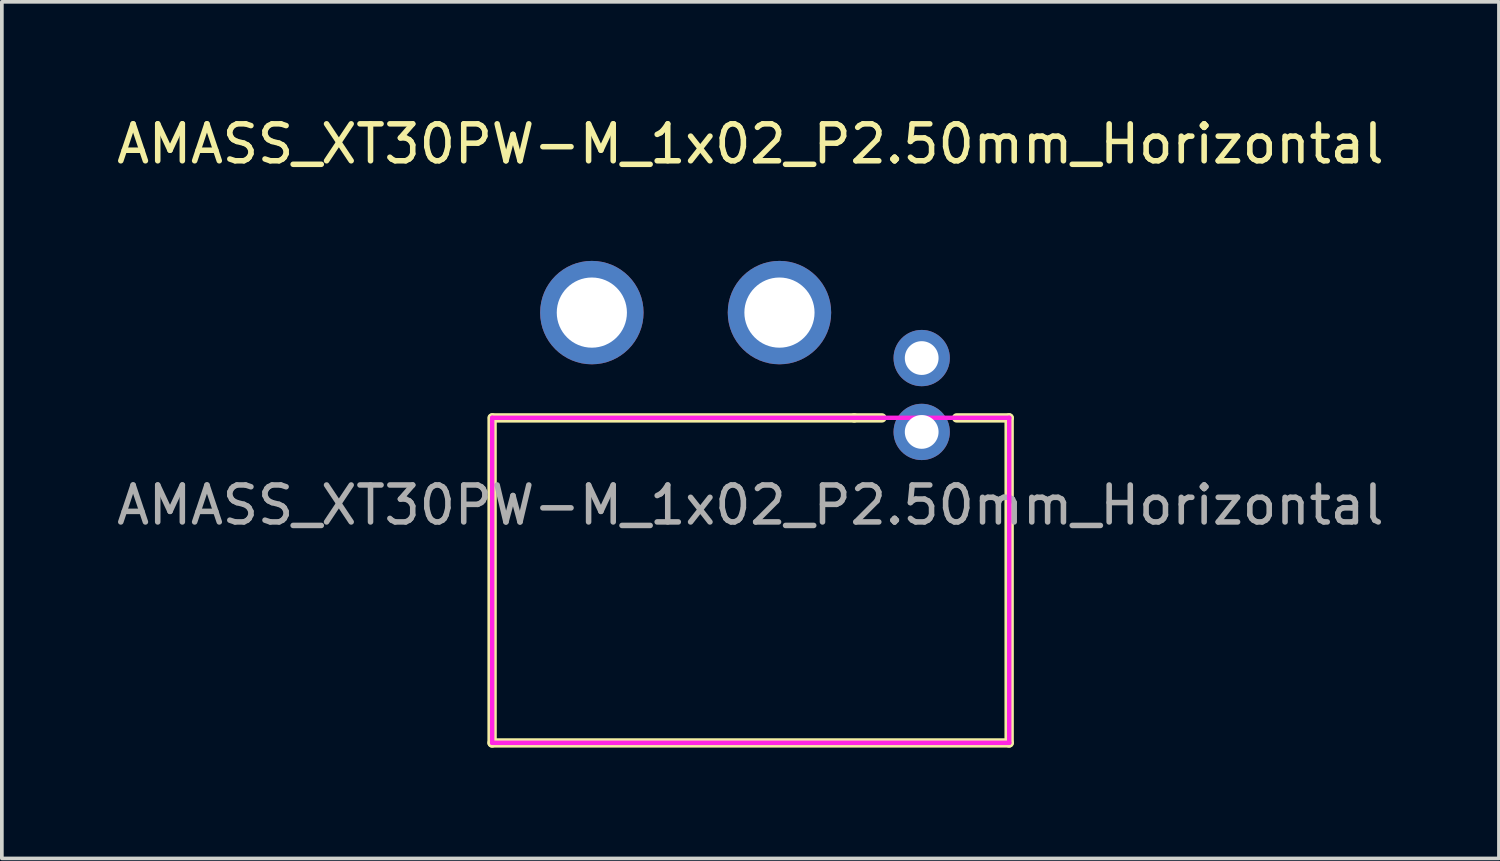
<source format=kicad_pcb>
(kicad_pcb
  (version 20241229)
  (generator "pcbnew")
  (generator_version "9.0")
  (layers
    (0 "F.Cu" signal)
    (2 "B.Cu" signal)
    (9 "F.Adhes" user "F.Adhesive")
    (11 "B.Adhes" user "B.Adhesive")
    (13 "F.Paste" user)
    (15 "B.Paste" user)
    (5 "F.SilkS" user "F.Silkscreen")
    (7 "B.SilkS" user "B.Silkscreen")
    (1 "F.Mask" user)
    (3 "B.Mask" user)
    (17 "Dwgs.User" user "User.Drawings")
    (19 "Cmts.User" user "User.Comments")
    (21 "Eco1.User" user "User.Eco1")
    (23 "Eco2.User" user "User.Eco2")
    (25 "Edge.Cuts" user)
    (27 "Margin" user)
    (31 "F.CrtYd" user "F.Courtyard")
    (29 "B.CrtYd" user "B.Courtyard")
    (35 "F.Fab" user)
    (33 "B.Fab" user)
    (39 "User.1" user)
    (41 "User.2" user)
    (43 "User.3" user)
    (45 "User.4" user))
  (footprint "AMASS_XT30PW-M_1x02_P2.50mm_Horizontal"
    (layer "F.Cu")
    (at 17.268 10.627)
    (property "Reference" "AMASS_XT30PW-M_1x02_P2.50mm_Horizontal" (at 0 -9.779 180) (layer "F.SilkS") (effects (font (size 1 1) (thickness 0.15))))
    (attr through_hole)
    (fp_line (start -6.994 6.439) (end -6.994 -2.362) (stroke (width 0.254) (type solid)) (layer "F.SilkS"))
    (fp_line (start 2.811 -2.362) (end -6.982 -2.362) (stroke (width 0.254) (type solid)) (layer "F.SilkS"))
    (fp_line (start 2.811 -2.362) (end 3.561 -2.362) (stroke (width 0.254) (type solid)) (layer "F.SilkS"))
    (fp_line (start 7.006 -2.362) (end 5.585 -2.362) (stroke (width 0.254) (type solid)) (layer "F.SilkS"))
    (fp_line (start 7.006 -2.362) (end 7.006 6.439) (stroke (width 0.254) (type solid)) (layer "F.SilkS"))
    (fp_line (start 7.006 6.439) (end -6.994 6.439) (stroke (width 0.254) (type solid)) (layer "F.SilkS"))
    (fp_line (start -5.067 -5.987) (end -3.518 -5.987) (stroke (width 0.12) (type solid)) (layer "Eco2.User"))
    (fp_circle (center -6.992 -5.987) (end -6.963 -5.987) (stroke (width 0.06) (type solid)) (fill no) (layer "Eco2.User"))
    (fp_line (start -6.992 -2.364) (end -6.992 6.436) (stroke (width 0.12) (type solid)) (layer "F.CrtYd"))
    (fp_line (start -6.992 6.436) (end 7.008 6.436) (stroke (width 0.12) (type solid)) (layer "F.CrtYd"))
    (fp_line (start 7.008 -2.364) (end -6.992 -2.364) (stroke (width 0.12) (type solid)) (layer "F.CrtYd"))
    (fp_line (start 7.008 6.436) (end 7.008 -2.364) (stroke (width 0.12) (type solid)) (layer "F.CrtYd"))
    (fp_text user "${REFERENCE}" (at 0 0 0) (layer "F.Fab") (effects (font (size 1 1) (thickness 0.15))))
    (pad "1" thru_hole circle (at -4.293 -5.213) (size 2.8 2.8) (drill 1.9) (layers "*.Cu" "*.Mask"))
    (pad "2" thru_hole circle (at 0.787 -5.213) (size 2.8 2.8) (drill 1.9) (layers "*.Cu" "*.Mask"))
    (pad "3" thru_hole circle (at 4.638 -3.982) (size 1.524 1.524) (drill 0.914) (layers "*.Cu" "*.Mask"))
    (pad "4" thru_hole circle (at 4.638 -1.982) (size 1.524 1.524) (drill 0.914) (layers "*.Cu" "*.Mask")))
  (gr_rect
    (start -3 -3)
    (end 37.536 20.193)
    (stroke (width 0.1) (type default))
    (fill no)
    (layer "Edge.Cuts")))
</source>
